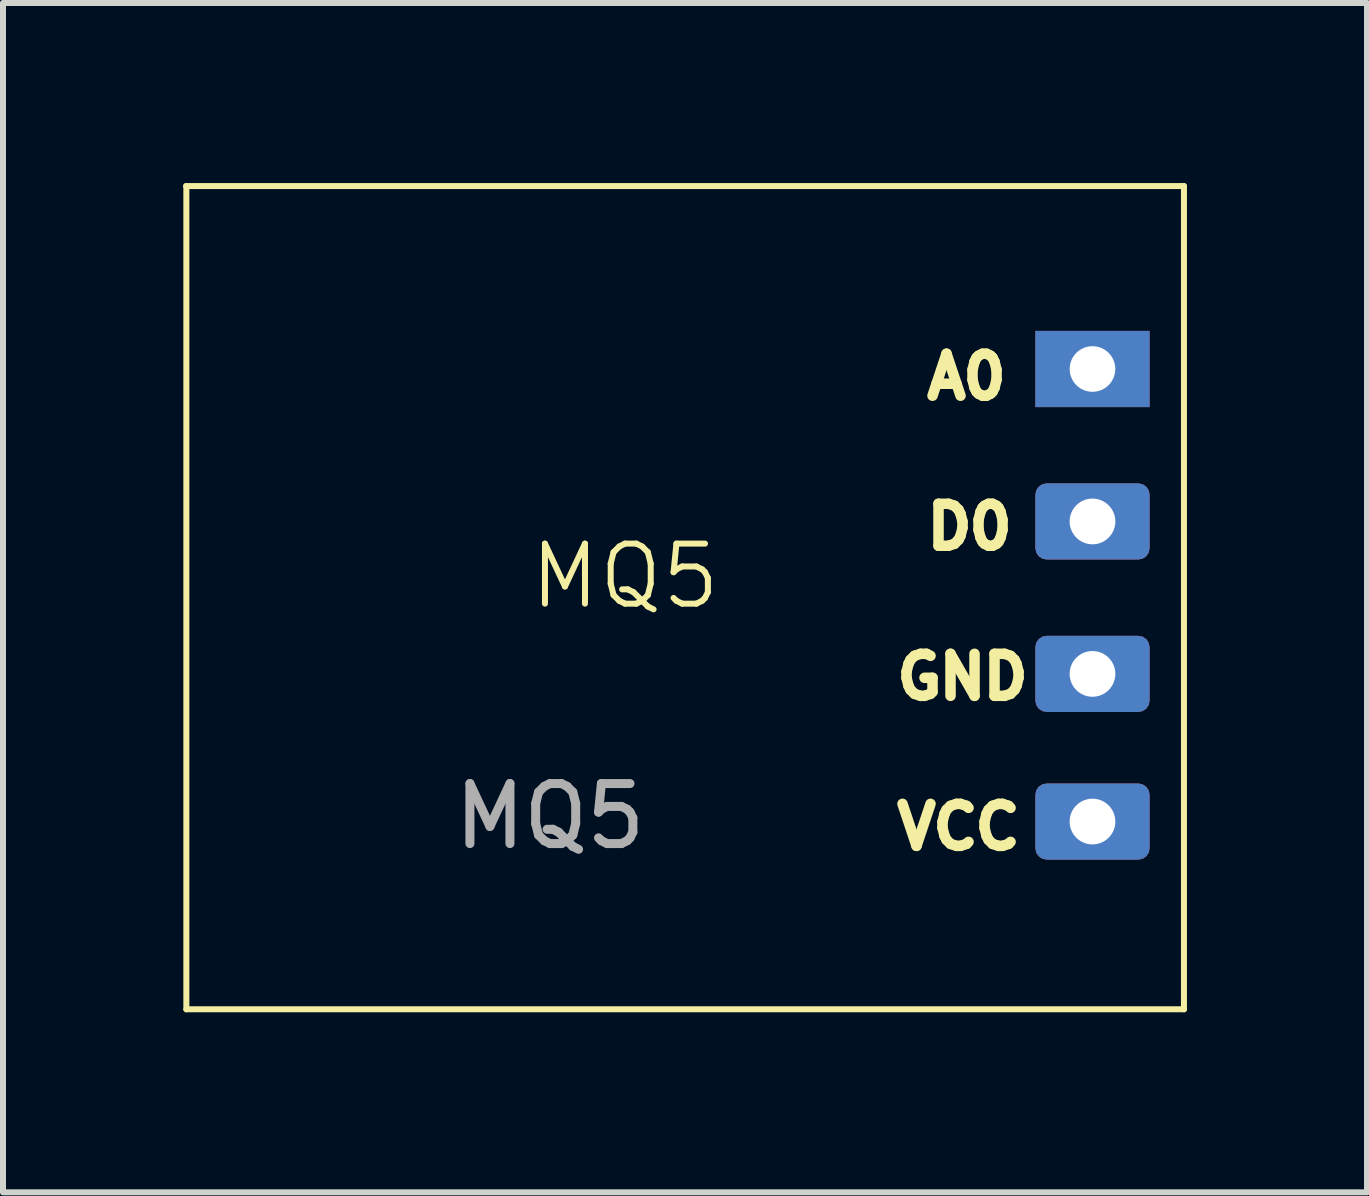
<source format=kicad_pcb>
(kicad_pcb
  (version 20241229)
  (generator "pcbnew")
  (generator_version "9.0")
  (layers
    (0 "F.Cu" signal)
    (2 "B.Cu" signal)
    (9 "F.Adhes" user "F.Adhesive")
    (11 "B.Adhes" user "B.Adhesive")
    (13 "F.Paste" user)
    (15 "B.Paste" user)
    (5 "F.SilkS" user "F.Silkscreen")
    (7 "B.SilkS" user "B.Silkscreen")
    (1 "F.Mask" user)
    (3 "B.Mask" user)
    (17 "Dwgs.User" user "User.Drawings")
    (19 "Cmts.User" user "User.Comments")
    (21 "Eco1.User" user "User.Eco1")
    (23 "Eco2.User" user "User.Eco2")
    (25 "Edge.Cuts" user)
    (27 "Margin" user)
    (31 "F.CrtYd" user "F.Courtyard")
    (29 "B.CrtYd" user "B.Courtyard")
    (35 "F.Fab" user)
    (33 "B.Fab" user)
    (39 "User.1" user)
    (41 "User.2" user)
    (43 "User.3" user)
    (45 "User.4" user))
  (footprint "MQ5"
    (layer "F.Cu")
    (at 7.863 5.3)
    (property "Reference" "MQ5" (at -0.5 1.25 0) (unlocked yes) (layer "F.SilkS") (effects (font (size 1 1) (thickness 0.1))))
    (attr smd)
    (fp_line (start -7.813 -5.25) (end 8.813 -5.25) (stroke (width 0.1) (type default)) (layer "F.SilkS"))
    (fp_line (start -7.808 8.466) (end -7.808 -5.25) (stroke (width 0.1) (type default)) (layer "F.SilkS"))
    (fp_line (start 8.813 -5.25) (end 8.813 8.466) (stroke (width 0.1) (type default)) (layer "F.SilkS"))
    (fp_line (start 8.813 8.466) (end -7.808 8.466) (stroke (width 0.1) (type default)) (layer "F.SilkS"))
    (fp_text user "A0" (at 4.442 -1.662 0) (unlocked yes) (layer "F.SilkS") (effects (font (size 0.7 0.7) (thickness 0.175) (bold yes)) (justify left bottom)))
    (fp_text user "GND" (at 3.942 3.338 0) (unlocked yes) (layer "F.SilkS") (effects (font (size 0.7 0.7) (thickness 0.175) (bold yes)) (justify left bottom)))
    (fp_text user "VCC" (at 3.942 5.838 0) (unlocked yes) (layer "F.SilkS") (effects (font (size 0.7 0.7) (thickness 0.175) (bold yes)) (justify left bottom)))
    (fp_text user "D0" (at 4.442 0.838 0) (unlocked yes) (layer "F.SilkS") (effects (font (size 0.7 0.7) (thickness 0.175) (bold yes)) (justify left bottom)))
    (fp_text user "${REFERENCE}" (at -1.75 5.25 0) (unlocked yes) (layer "F.Fab") (effects (font (size 1 1) (thickness 0.15))))
    (pad "1" thru_hole roundrect (at 7.289 5.338 180) (size 1.905 1.27) (drill 0.762) (layers "*.Cu" "*.Mask") (roundrect_rratio 0.15))
    (pad "2" thru_hole roundrect (at 7.289 2.878) (size 1.905 1.27) (drill 0.762) (layers "*.Cu" "*.Mask") (roundrect_rratio 0.15))
    (pad "3" thru_hole rect (at 7.289 -2.202) (size 1.905 1.27) (drill 0.76) (layers "*.Cu" "*.Mask"))
    (pad "4" thru_hole roundrect (at 7.289 0.338) (size 1.905 1.27) (drill 0.762) (layers "*.Cu" "*.Mask") (roundrect_rratio 0.15))
    (zone (net_name "") (layer "F.SilkS") (hatch edge 0.5) (connect_pads) (min_thickness 0.25) (filled_areas_thickness no) (keepout (tracks allowed) (vias allowed) (pads not_allowed) (copperpour allowed) (footprints not_allowed)) (placement (enabled no)) (fill) (polygon (pts (xy 0.05 0.05) (xy 16.676 0.05) (xy 16.676 13.766) (xy 0.05 13.766)))))
  (gr_rect
    (start -3 -3)
    (end 19.726 16.816)
    (stroke (width 0.1) (type default))
    (fill no)
    (layer "Edge.Cuts")))
</source>
